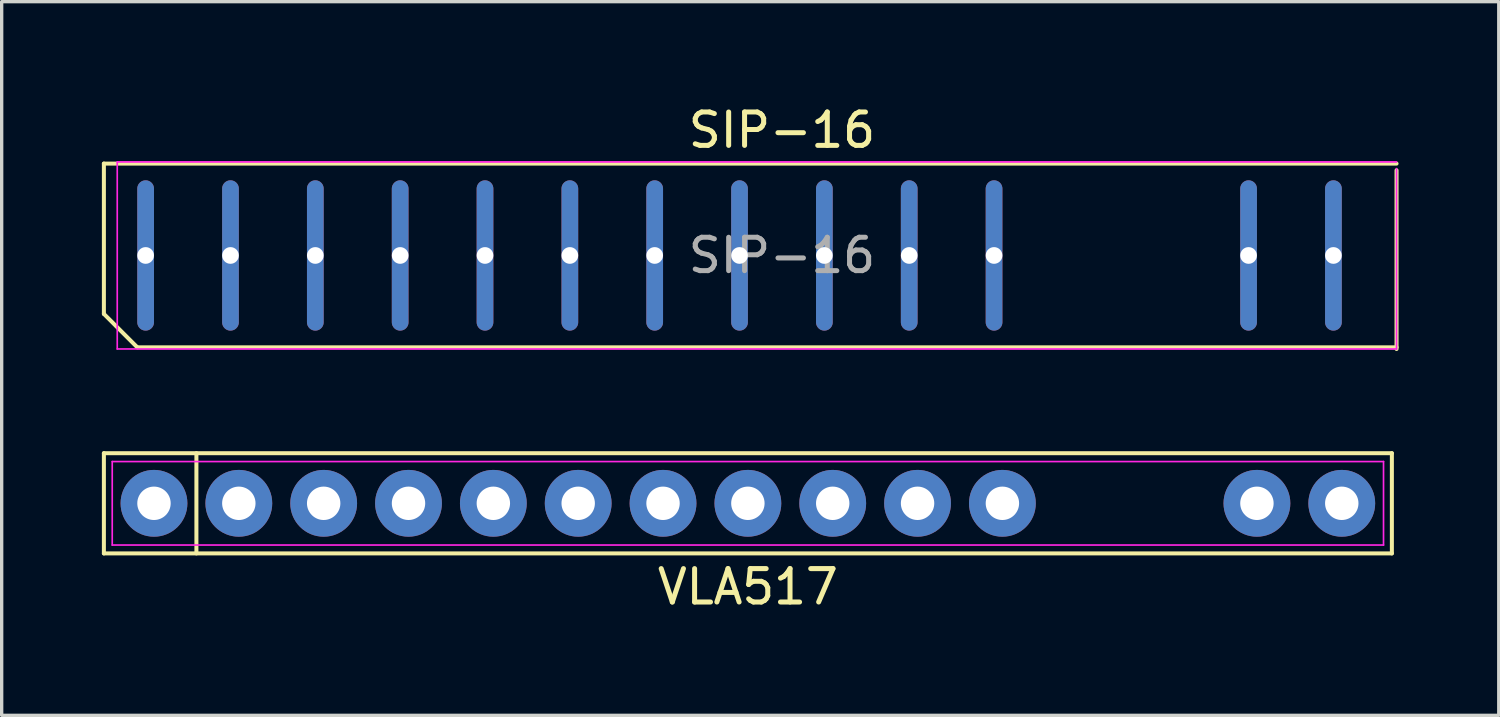
<source format=kicad_pcb>
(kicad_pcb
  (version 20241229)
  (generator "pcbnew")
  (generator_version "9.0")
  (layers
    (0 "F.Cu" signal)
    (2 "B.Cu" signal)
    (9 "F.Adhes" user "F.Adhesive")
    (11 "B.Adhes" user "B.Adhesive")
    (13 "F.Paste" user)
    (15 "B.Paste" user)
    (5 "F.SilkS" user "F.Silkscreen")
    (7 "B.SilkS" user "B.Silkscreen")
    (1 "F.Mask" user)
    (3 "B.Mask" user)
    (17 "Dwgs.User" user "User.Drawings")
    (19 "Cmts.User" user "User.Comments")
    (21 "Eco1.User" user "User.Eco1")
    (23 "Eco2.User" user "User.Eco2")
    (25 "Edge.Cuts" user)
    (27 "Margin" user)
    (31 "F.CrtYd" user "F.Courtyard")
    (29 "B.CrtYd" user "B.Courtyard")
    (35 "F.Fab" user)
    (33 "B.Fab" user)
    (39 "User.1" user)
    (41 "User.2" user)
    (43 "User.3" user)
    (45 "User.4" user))
  (footprint "SIP-16"
    (layer "F.Cu")
    (at 20.36 4.598)
    (property "Reference" "SIP-16" (at 0 -3.75 0) (layer "F.SilkS") (effects (font (size 1 1) (thickness 0.15))))
    (attr through_hole)
    (fp_line (start -20.3 -2.75) (end 18.4 -2.75) (stroke (width 0.12) (type default)) (layer "F.SilkS"))
    (fp_line (start -20.3 1.75) (end -20.3 -2.75) (stroke (width 0.12) (type default)) (layer "F.SilkS"))
    (fp_line (start -19.3 2.75) (end -20.3 1.75) (stroke (width 0.12) (type default)) (layer "F.SilkS"))
    (fp_line (start 18.4 -2.55) (end 18.4 2.8) (stroke (width 0.12) (type default)) (layer "F.SilkS"))
    (fp_line (start 18.4 2.75) (end -19.3 2.75) (stroke (width 0.12) (type default)) (layer "F.SilkS"))
    (fp_line (start -19.9 -2.8) (end 18.4 -2.8) (stroke (width 0.05) (type default)) (layer "F.CrtYd"))
    (fp_line (start -19.9 2.8) (end -19.9 -2.8) (stroke (width 0.05) (type default)) (layer "F.CrtYd"))
    (fp_line (start 18.4 -2.6) (end 18.4 2.8) (stroke (width 0.05) (type default)) (layer "F.CrtYd"))
    (fp_line (start 18.4 2.8) (end -19.9 2.8) (stroke (width 0.05) (type default)) (layer "F.CrtYd"))
    (fp_text user "${REFERENCE}" (at 0 0 0) (layer "F.Fab") (effects (font (size 1 1) (thickness 0.15))))
    (pad "1" thru_hole oval (at -19.05 0) (size 0.5 4.5) (drill 1) (layers "*.Cu" "*.Mask"))
    (pad "2" thru_hole oval (at -16.51 0) (size 0.5 4.5) (drill 1) (layers "*.Cu" "*.Mask"))
    (pad "3" thru_hole oval (at -13.97 0) (size 0.5 4.5) (drill 1) (layers "*.Cu" "*.Mask"))
    (pad "4" thru_hole oval (at -11.43 0) (size 0.5 4.5) (drill 1) (layers "*.Cu" "*.Mask"))
    (pad "5" thru_hole oval (at -8.89 0) (size 0.5 4.5) (drill 1) (layers "*.Cu" "*.Mask"))
    (pad "6" thru_hole oval (at -6.35 0) (size 0.5 4.5) (drill 1) (layers "*.Cu" "*.Mask"))
    (pad "7" thru_hole oval (at -3.81 0) (size 0.5 4.5) (drill 1) (layers "*.Cu" "*.Mask"))
    (pad "8" thru_hole oval (at -1.27 0) (size 0.5 4.5) (drill 1) (layers "*.Cu" "*.Mask"))
    (pad "9" thru_hole oval (at 1.27 0) (size 0.5 4.5) (drill 1) (layers "*.Cu" "*.Mask"))
    (pad "10" thru_hole oval (at 3.81 0) (size 0.5 4.5) (drill 1) (layers "*.Cu" "*.Mask"))
    (pad "11" thru_hole oval (at 6.35 0) (size 0.5 4.5) (drill 1) (layers "*.Cu" "*.Mask"))
    (pad "14" thru_hole oval (at 13.97 0) (size 0.5 4.5) (drill 1) (layers "*.Cu" "*.Mask"))
    (pad "15" thru_hole oval (at 16.51 0) (size 0.5 4.5) (drill 1) (layers "*.Cu" "*.Mask")))
  (footprint "VLA517"
    (layer "F.Cu")
    (at 19.34 12.018)
    (property "Reference" "VLA517" (at 0 2.5 0) (layer "F.SilkS") (effects (font (size 1 1) (thickness 0.15))))
    (attr through_hole)
    (fp_line (start -19.28 -1.5) (end 19.28 -1.5) (stroke (width 0.12) (type default)) (layer "F.SilkS"))
    (fp_line (start -19.28 1.5) (end -19.28 -1.5) (stroke (width 0.12) (type default)) (layer "F.SilkS"))
    (fp_line (start -16.51 -1.5) (end -16.51 1.5) (stroke (width 0.12) (type default)) (layer "F.SilkS"))
    (fp_line (start 19.28 -1.5) (end 19.28 1.5) (stroke (width 0.12) (type default)) (layer "F.SilkS"))
    (fp_line (start 19.28 1.5) (end -19.28 1.5) (stroke (width 0.12) (type default)) (layer "F.SilkS"))
    (fp_line (start -19.03 -1.25) (end 19.03 -1.25) (stroke (width 0.05) (type default)) (layer "F.CrtYd"))
    (fp_line (start -19.03 1.25) (end -19.03 -1.25) (stroke (width 0.05) (type default)) (layer "F.CrtYd"))
    (fp_line (start 19.03 -1.25) (end 19.03 1.25) (stroke (width 0.05) (type default)) (layer "F.CrtYd"))
    (fp_line (start 19.03 1.25) (end -19.03 1.25) (stroke (width 0.05) (type default)) (layer "F.CrtYd"))
    (pad "1" thru_hole circle (at -17.78 0) (size 2 2) (drill 1) (layers "*.Cu" "*.Mask"))
    (pad "2" thru_hole circle (at -15.24 0) (size 2 2) (drill 1) (layers "*.Cu" "*.Mask"))
    (pad "3" thru_hole circle (at -12.7 0) (size 2 2) (drill 1) (layers "*.Cu" "*.Mask"))
    (pad "4" thru_hole circle (at -10.16 0) (size 2 2) (drill 1) (layers "*.Cu" "*.Mask"))
    (pad "5" thru_hole circle (at -7.62 0) (size 2 2) (drill 1) (layers "*.Cu" "*.Mask"))
    (pad "6" thru_hole circle (at -5.08 0) (size 2 2) (drill 1) (layers "*.Cu" "*.Mask"))
    (pad "7" thru_hole circle (at -2.54 0) (size 2 2) (drill 1) (layers "*.Cu" "*.Mask"))
    (pad "8" thru_hole circle (at 0 0) (size 2 2) (drill 1) (layers "*.Cu" "*.Mask"))
    (pad "9" thru_hole circle (at 2.54 0) (size 2 2) (drill 1) (layers "*.Cu" "*.Mask"))
    (pad "10" thru_hole circle (at 5.08 0) (size 2 2) (drill 1) (layers "*.Cu" "*.Mask"))
    (pad "11" thru_hole circle (at 7.62 0) (size 2 2) (drill 1) (layers "*.Cu" "*.Mask"))
    (pad "14" thru_hole circle (at 15.24 0) (size 2 2) (drill 1) (layers "*.Cu" "*.Mask"))
    (pad "15" thru_hole circle (at 17.78 0) (size 2 2) (drill 1) (layers "*.Cu" "*.Mask")))
  (gr_rect
    (start -3 -3)
    (end 41.82 18.366)
    (stroke (width 0.1) (type default))
    (fill no)
    (layer "Edge.Cuts")))
</source>
